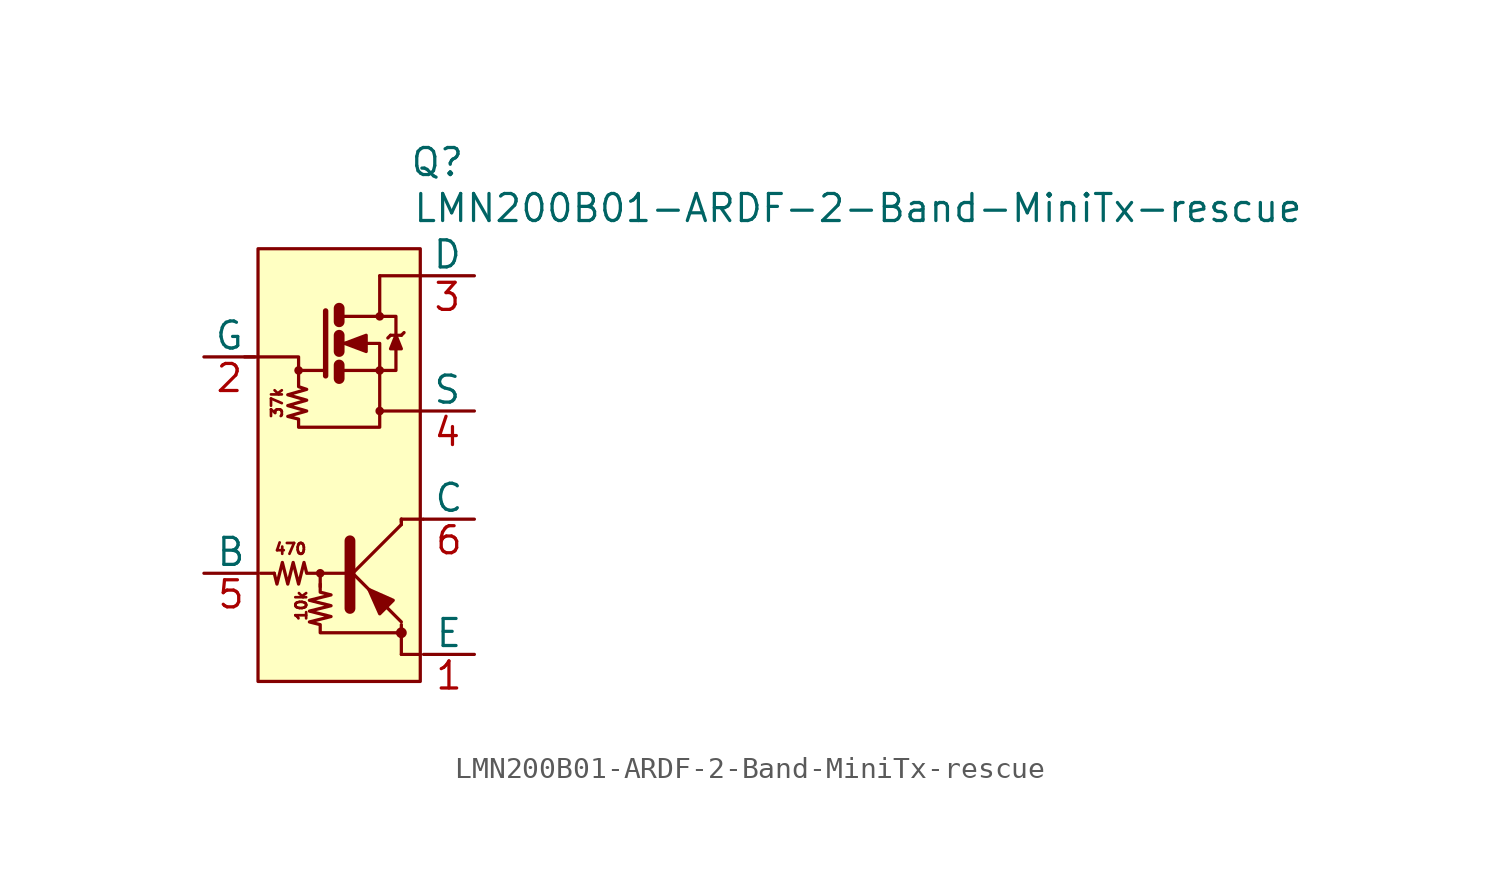
<source format=kicad_sym>
(kicad_symbol_lib
  (version 20211014)
  (generator kicad_symbol_editor)
  (symbol "LMN200B01-ARDF-2-Band-MiniTx-rescue"
    (pin_names
      (offset 0))
    (property "Reference" "Q"
      (at 3.302 14.224 0)
      (effects (font (size 1.27 1.27)) (justify left)))
    (property "Value" "LMN200B01-ARDF-2-Band-MiniTx-rescue"
      (at 3.429 12.065 0)
      (effects (font (size 1.27 1.27)) (justify left)))
    (property "Footprint" ""
      (at 0.381 -5.08 0)
      (effects (font (size 1.27 1.27)) (justify left)))
    (property "Datasheet" ""
      (at 0.381 -5.08 0)
      (effects (font (size 1.27 1.27)) (justify left)))
    (symbol "LMN200B01-ARDF-2-Band-MiniTx-rescue_0_0"
      (rectangle (start -3.81 10.16) (end 3.81 -10.16) (stroke (width 0) (type default) (color 0 0 0 0)) (fill (type background)))
      (circle (center -1.905 4.445) (radius 0.127) (stroke (width 0) (type default) (color 0 0 0 0)) (fill (type none)))
      (polyline (pts (xy -1.905 4.445) (xy -0.635 4.445)) (stroke (width 0) (type default) (color 0 0 0 0)) (fill (type none)))
      (polyline (pts (xy 1.905 2.54) (xy 3.81 2.54)) (stroke (width 0) (type default) (color 0 0 0 0)) (fill (type none)))
      (polyline (pts (xy 1.905 8.89) (xy 3.81 8.89)) (stroke (width 0) (type default) (color 0 0 0 0)) (fill (type none)))
      (polyline (pts (xy 2.921 -8.89) (xy 3.81 -8.89)) (stroke (width 0) (type default) (color 0 0 0 0)) (fill (type none)))
      (polyline (pts (xy 2.921 -7.493) (xy 2.921 -8.89)) (stroke (width 0) (type default) (color 0 0 0 0)) (fill (type none)))
      (polyline (pts (xy 2.921 -2.667) (xy 2.921 -2.54)) (stroke (width 0) (type default) (color 0 0 0 0)) (fill (type none)))
      (polyline (pts (xy 2.921 -2.54) (xy 3.937 -2.54)) (stroke (width 0) (type default) (color 0 0 0 0)) (fill (type none)))
      (polyline (pts (xy -1.905 4.445) (xy -1.905 5.08) (xy -4.445 5.08)) (stroke (width 0) (type default) (color 0 0 0 0)) (fill (type none)))
      (polyline (pts (xy -0.889 -5.715) (xy -0.889 -5.207) (xy -0.889 -5.08)) (stroke (width 0) (type default) (color 0 0 0 0)) (fill (type none)))
      (polyline (pts (xy -1.905 4.445) (xy -1.905 3.683) (xy -1.524 3.556) (xy -2.413 3.302) (xy -1.524 3.048) (xy -2.413 2.794) (xy -1.524 2.54) (xy -2.413 2.286) (xy -1.905 2.159) (xy -1.905 1.778) (xy 1.905 1.778) (xy 1.905 2.413)) (stroke (width 0) (type default) (color 0 0 0 0)) (fill (type none)))
      (circle (center 1.905 2.54) (radius 0.127) (stroke (width 0) (type default) (color 0 0 0 0)) (fill (type none)))
      (circle (center 2.921 -7.874) (radius 0.178) (stroke (width 0) (type default) (color 0 0 0 0)) (fill (type outline)))
      (text "10k" (at -1.778 -6.604 900) (effects (font (size 0.508 0.508))))
      (text "37k" (at -2.921 2.921 900) (effects (font (size 0.508 0.508))))
      (text "470" (at -2.286 -3.937 0) (effects (font (size 0.508 0.508)))))
    (symbol "LMN200B01-ARDF-2-Band-MiniTx-rescue_0_1"
      (circle (center -0.889 -5.08) (radius 0.127) (stroke (width 0) (type default) (color 0 0 0 0)) (fill (type none)))
      (polyline (pts (xy -3.048 -5.08) (xy -3.683 -5.08)) (stroke (width 0) (type default) (color 0 0 0 0)) (fill (type none)))
      (polyline (pts (xy 0 4.699) (xy 0 4.064)) (stroke (width 0.508) (type default) (color 0 0 0 0)) (fill (type none)))
      (polyline (pts (xy 0 6.096) (xy 0 5.334)) (stroke (width 0.508) (type default) (color 0 0 0 0)) (fill (type none)))
      (polyline (pts (xy 0 7.366) (xy 0 6.731)) (stroke (width 0.508) (type default) (color 0 0 0 0)) (fill (type none)))
      (polyline (pts (xy 0.381 -5.334) (xy 2.921 -2.794)) (stroke (width 0) (type default) (color 0 0 0 0)) (fill (type none)))
      (polyline (pts (xy 0.508 -3.556) (xy 0.508 -6.731)) (stroke (width 0.508) (type default) (color 0 0 0 0)) (fill (type outline)))
      (polyline (pts (xy 2.413 6.096) (xy 2.286 5.969)) (stroke (width 0) (type default) (color 0 0 0 0)) (fill (type none)))
      (polyline (pts (xy 2.413 6.096) (xy 2.921 6.096)) (stroke (width 0) (type default) (color 0 0 0 0)) (fill (type none)))
      (polyline (pts (xy 2.921 -2.794) (xy 2.921 -2.54)) (stroke (width 0) (type default) (color 0 0 0 0)) (fill (type none)))
      (polyline (pts (xy 2.921 6.096) (xy 3.048 6.223)) (stroke (width 0) (type default) (color 0 0 0 0)) (fill (type none)))
      (polyline (pts (xy -0.635 7.239) (xy -0.635 4.191) (xy -0.635 4.191)) (stroke (width 0.254) (type default) (color 0 0 0 0)) (fill (type none)))
      (polyline (pts (xy 2.921 -7.366) (xy 0.381 -4.826) (xy 0.381 -4.826)) (stroke (width 0) (type default) (color 0 0 0 0)) (fill (type none)))
      (polyline (pts (xy 0.127 4.445) (xy 1.905 4.445) (xy 1.905 2.54) (xy 1.905 3.175)) (stroke (width 0) (type default) (color 0 0 0 0)) (fill (type none)))
      (polyline (pts (xy 0.127 6.985) (xy 1.905 6.985) (xy 1.905 8.89) (xy 1.905 8.255)) (stroke (width 0) (type default) (color 0 0 0 0)) (fill (type none)))
      (polyline (pts (xy 1.905 -6.985) (xy 2.54 -6.35) (xy 1.397 -5.842) (xy 1.905 -6.985)) (stroke (width 0) (type default) (color 0 0 0 0)) (fill (type outline)))
      (polyline (pts (xy 1.905 6.985) (xy 2.667 6.985) (xy 2.667 4.445) (xy 1.905 4.445)) (stroke (width 0) (type default) (color 0 0 0 0)) (fill (type none)))
      (polyline (pts (xy 2.667 6.096) (xy 2.413 5.461) (xy 2.921 5.461) (xy 2.667 6.096)) (stroke (width 0) (type default) (color 0 0 0 0)) (fill (type outline)))
      (polyline (pts (xy 0.127 5.715) (xy 0.635 5.715) (xy 1.905 5.715) (xy 1.905 4.445) (xy 1.905 4.445)) (stroke (width 0) (type default) (color 0 0 0 0)) (fill (type none)))
      (polyline (pts (xy 0.254 5.715) (xy 1.27 6.096) (xy 1.27 5.334) (xy 0.254 5.715) (xy 0.381 5.715) (xy 0.381 5.715)) (stroke (width 0) (type default) (color 0 0 0 0)) (fill (type outline)))
      (polyline (pts (xy 0.381 -5.08) (xy -1.524 -5.08) (xy -1.651 -4.572) (xy -1.905 -5.588) (xy -2.159 -4.572) (xy -2.413 -5.588) (xy -2.667 -4.572) (xy -2.921 -5.588) (xy -3.048 -5.08)) (stroke (width 0) (type default) (color 0 0 0 0)) (fill (type none)))
      (polyline (pts (xy -0.889 -5.588) (xy -0.889 -5.969) (xy -0.381 -6.096) (xy -1.397 -6.35) (xy -0.381 -6.604) (xy -1.397 -6.858) (xy -0.381 -7.112) (xy -1.397 -7.366) (xy -0.889 -7.493) (xy -0.889 -7.874) (xy 2.921 -7.874)) (stroke (width 0) (type default) (color 0 0 0 0)) (fill (type none)))
      (circle (center 1.905 4.445) (radius 0.127) (stroke (width 0) (type default) (color 0 0 0 0)) (fill (type none)))
      (circle (center 1.905 6.985) (radius 0.127) (stroke (width 0) (type default) (color 0 0 0 0)) (fill (type none))))
    (symbol "LMN200B01-ARDF-2-Band-MiniTx-rescue_1_1"
      (pin passive line (at 6.35 -8.89 180) (length 2.388) (name "E" (effects (font (size 1.27 1.27)))) (number "1" (effects (font (size 1.27 1.27)))))
      (pin input line (at -6.35 5.08 0) (length 2.388) (name "G" (effects (font (size 1.27 1.27)))) (number "2" (effects (font (size 1.27 1.27)))))
      (pin passive line (at 6.35 8.89 180) (length 2.54) (name "D" (effects (font (size 1.27 1.27)))) (number "3" (effects (font (size 1.27 1.27)))))
      (pin passive line (at 6.35 2.54 180) (length 2.54) (name "S" (effects (font (size 1.27 1.27)))) (number "4" (effects (font (size 1.27 1.27)))))
      (pin input line (at -6.35 -5.08 0) (length 2.54) (name "B" (effects (font (size 1.27 1.27)))) (number "5" (effects (font (size 1.27 1.27)))))
      (pin passive line (at 6.35 -2.54 180) (length 2.388) (name "C" (effects (font (size 1.27 1.27)))) (number "6" (effects (font (size 1.27 1.27))))))))
</source>
